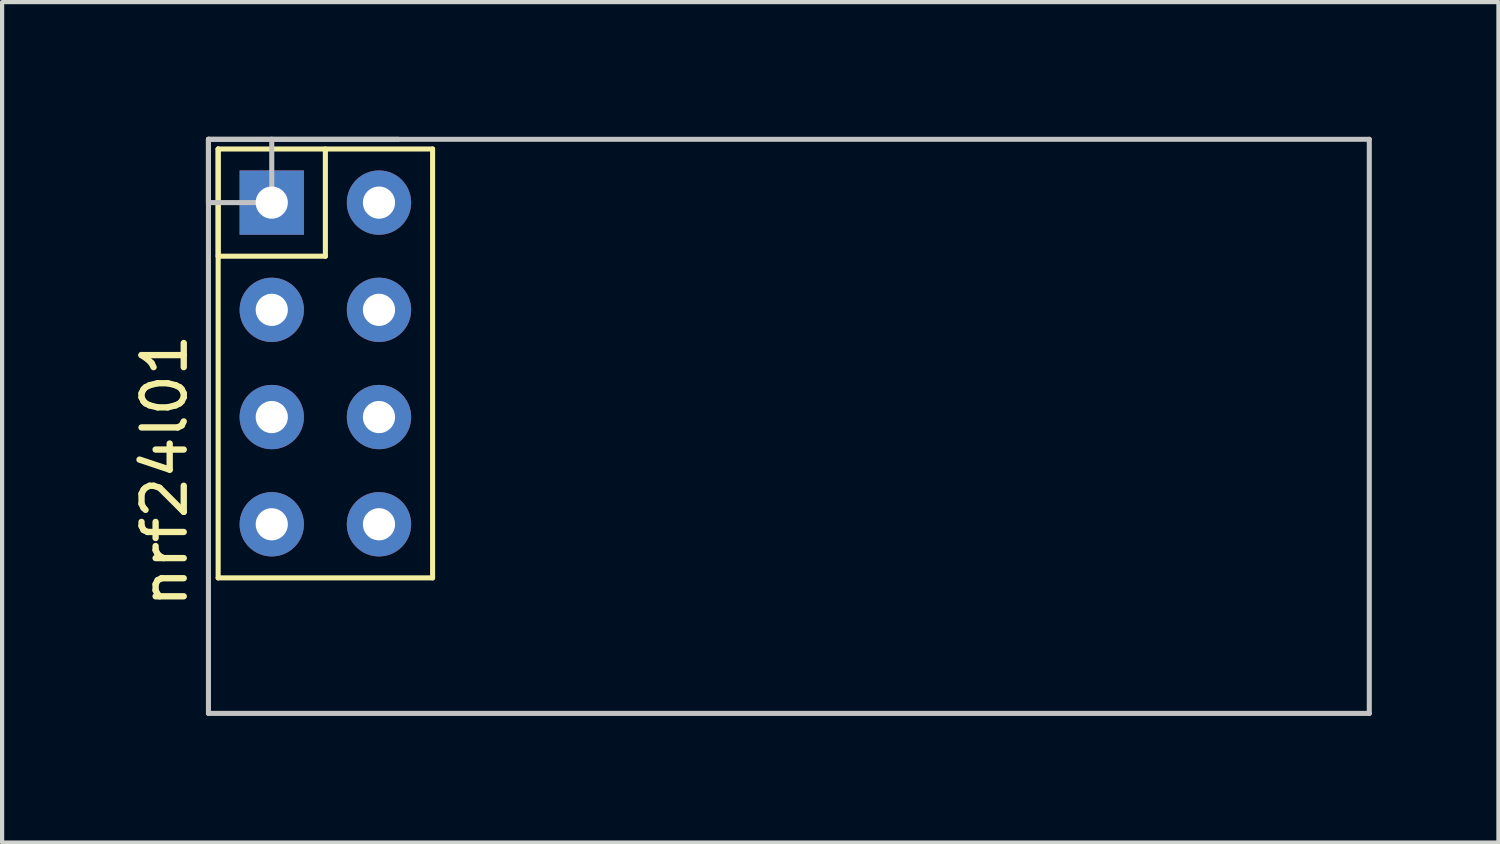
<source format=kicad_pcb>
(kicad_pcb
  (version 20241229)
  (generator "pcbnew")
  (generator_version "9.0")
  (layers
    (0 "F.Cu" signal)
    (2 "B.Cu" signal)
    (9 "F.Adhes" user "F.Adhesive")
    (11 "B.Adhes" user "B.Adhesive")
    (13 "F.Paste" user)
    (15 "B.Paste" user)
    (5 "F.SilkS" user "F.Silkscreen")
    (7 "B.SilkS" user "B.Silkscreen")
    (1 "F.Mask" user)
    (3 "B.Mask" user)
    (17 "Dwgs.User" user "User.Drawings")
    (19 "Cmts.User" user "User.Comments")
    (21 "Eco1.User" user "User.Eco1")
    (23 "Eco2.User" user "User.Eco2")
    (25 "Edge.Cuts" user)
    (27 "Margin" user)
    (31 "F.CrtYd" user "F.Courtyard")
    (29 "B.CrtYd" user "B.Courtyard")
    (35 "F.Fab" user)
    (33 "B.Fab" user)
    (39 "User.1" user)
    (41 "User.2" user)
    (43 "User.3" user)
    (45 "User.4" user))
  (footprint "nrf24l01"
    (layer "F.Cu")
    (at 1.888 0.25)
    (property "Reference" "nrf24l01" (at -1.04 7.85 90) (layer "F.SilkS") (effects (font (size 1 1) (thickness 0.15))))
    (attr through_hole)
    (fp_line (start 0.23 0.23) (end 0.23 2.77) (stroke (width 0.12) (type solid)) (layer "F.SilkS"))
    (fp_line (start 0.23 0.23) (end 0.23 10.39) (stroke (width 0.12) (type solid)) (layer "F.SilkS"))
    (fp_line (start 0.23 2.77) (end 2.77 2.77) (stroke (width 0.12) (type solid)) (layer "F.SilkS"))
    (fp_line (start 0.23 10.39) (end 5.31 10.39) (stroke (width 0.12) (type solid)) (layer "F.SilkS"))
    (fp_line (start 2.77 2.77) (end 2.77 0.23) (stroke (width 0.12) (type solid)) (layer "F.SilkS"))
    (fp_line (start 5.31 0.23) (end 0.23 0.23) (stroke (width 0.12) (type solid)) (layer "F.SilkS"))
    (fp_line (start 5.31 10.39) (end 5.31 0.23) (stroke (width 0.12) (type solid)) (layer "F.SilkS"))
    (fp_line (start 0 0) (end 0 13.6) (stroke (width 0.12) (type solid)) (layer "Dwgs.User"))
    (fp_line (start 0 0) (end 1.5 0) (stroke (width 0.12) (type solid)) (layer "Dwgs.User"))
    (fp_line (start 0 0) (end 27.5 0) (stroke (width 0.12) (type solid)) (layer "Dwgs.User"))
    (fp_line (start 0 1.5) (end 0 0) (stroke (width 0.12) (type solid)) (layer "Dwgs.User"))
    (fp_line (start 0 13.6) (end 27.5 13.6) (stroke (width 0.12) (type solid)) (layer "Dwgs.User"))
    (fp_line (start 1.5 0) (end 4.5 0) (stroke (width 0.12) (type solid)) (layer "Dwgs.User"))
    (fp_line (start 1.5 1.5) (end 0 1.5) (stroke (width 0.12) (type solid)) (layer "Dwgs.User"))
    (fp_line (start 1.5 1.5) (end 1.5 0) (stroke (width 0.12) (type solid)) (layer "Dwgs.User"))
    (fp_line (start 27.5 0) (end 27.5 13.6) (stroke (width 0.12) (type solid)) (layer "Dwgs.User"))
    (pad "1" thru_hole rect (at 1.5 1.5) (size 1.524 1.524) (drill 0.762) (layers "*.Cu" "*.Mask"))
    (pad "2" thru_hole circle (at 4.04 1.5) (size 1.524 1.524) (drill 0.762) (layers "*.Cu" "*.Mask"))
    (pad "3" thru_hole circle (at 1.5 4.04) (size 1.524 1.524) (drill 0.762) (layers "*.Cu" "*.Mask"))
    (pad "4" thru_hole circle (at 4.04 4.04) (size 1.524 1.524) (drill 0.762) (layers "*.Cu" "*.Mask"))
    (pad "5" thru_hole circle (at 1.5 6.58) (size 1.524 1.524) (drill 0.762) (layers "*.Cu" "*.Mask"))
    (pad "6" thru_hole circle (at 4.04 6.58) (size 1.524 1.524) (drill 0.762) (layers "*.Cu" "*.Mask"))
    (pad "7" thru_hole circle (at 1.5 9.12) (size 1.524 1.524) (drill 0.762) (layers "*.Cu" "*.Mask"))
    (pad "8" thru_hole circle (at 4.04 9.12) (size 1.524 1.524) (drill 0.762) (layers "*.Cu" "*.Mask")))
  (gr_rect
    (start -3 -3)
    (end 32.448 16.91)
    (stroke (width 0.1) (type default))
    (fill no)
    (layer "Edge.Cuts")))
</source>
